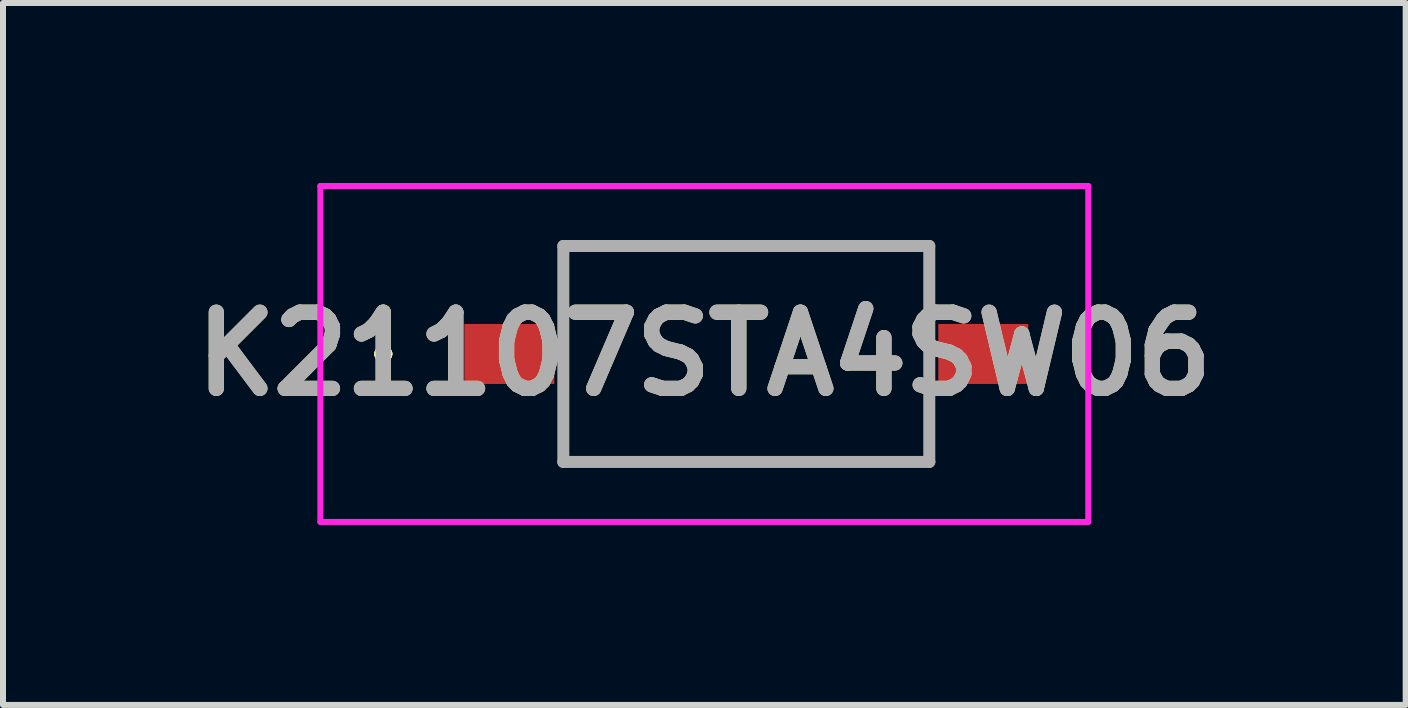
<source format=kicad_pcb>
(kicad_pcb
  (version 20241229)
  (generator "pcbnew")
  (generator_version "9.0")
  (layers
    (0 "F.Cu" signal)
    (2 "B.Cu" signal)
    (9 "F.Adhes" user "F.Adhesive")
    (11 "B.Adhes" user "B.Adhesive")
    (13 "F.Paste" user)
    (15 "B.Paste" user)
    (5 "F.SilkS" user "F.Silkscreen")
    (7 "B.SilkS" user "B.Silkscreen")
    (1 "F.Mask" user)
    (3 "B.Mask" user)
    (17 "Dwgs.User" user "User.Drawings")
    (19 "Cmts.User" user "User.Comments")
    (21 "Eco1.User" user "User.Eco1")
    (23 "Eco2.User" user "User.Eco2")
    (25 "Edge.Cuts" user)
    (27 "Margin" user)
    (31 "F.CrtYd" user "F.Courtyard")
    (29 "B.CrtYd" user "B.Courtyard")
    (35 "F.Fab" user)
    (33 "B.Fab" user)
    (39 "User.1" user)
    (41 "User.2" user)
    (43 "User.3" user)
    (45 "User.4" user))
  (footprint "K21107STA4SW06"
    (layer "F.Cu")
    (at 9.39 2.85)
    (property "Reference" "K21107STA4SW06" (at -0.7 0 0) (layer "F.SilkS") (effects (font (size 1.27 1.27) (thickness 0.254))))
    (attr smd)
    (fp_line (start -6.1 0) (end -6.1 0) (stroke (width 0.2) (type solid)) (layer "F.SilkS"))
    (fp_line (start -6.1 0) (end -6.1 0) (stroke (width 0.2) (type solid)) (layer "F.SilkS"))
    (fp_line (start -6 0) (end -6 0) (stroke (width 0.2) (type solid)) (layer "F.SilkS"))
    (fp_line (start -3.05 -1.8) (end -3.05 -1.8) (stroke (width 0.1) (type solid)) (layer "F.SilkS"))
    (fp_line (start -3.05 -1.8) (end -3.05 -1.8) (stroke (width 0.1) (type solid)) (layer "F.SilkS"))
    (fp_line (start -3.05 -1.8) (end -3.05 -0.75) (stroke (width 0.1) (type solid)) (layer "F.SilkS"))
    (fp_line (start -3.05 -1.8) (end 3.05 -1.8) (stroke (width 0.1) (type solid)) (layer "F.SilkS"))
    (fp_line (start -3.05 -0.75) (end -3.05 -1.8) (stroke (width 0.1) (type solid)) (layer "F.SilkS"))
    (fp_line (start -3.05 -0.75) (end -3.05 -0.75) (stroke (width 0.1) (type solid)) (layer "F.SilkS"))
    (fp_line (start -3.05 0.75) (end -3.05 0.75) (stroke (width 0.1) (type solid)) (layer "F.SilkS"))
    (fp_line (start -3.05 0.75) (end -3.05 1.8) (stroke (width 0.1) (type solid)) (layer "F.SilkS"))
    (fp_line (start -3.05 1.8) (end -3.05 0.75) (stroke (width 0.1) (type solid)) (layer "F.SilkS"))
    (fp_line (start -3.05 1.8) (end -3.05 1.8) (stroke (width 0.1) (type solid)) (layer "F.SilkS"))
    (fp_line (start -3.05 1.8) (end 3.1 1.8) (stroke (width 0.1) (type solid)) (layer "F.SilkS"))
    (fp_line (start 3.05 -1.8) (end -3.05 -1.8) (stroke (width 0.1) (type solid)) (layer "F.SilkS"))
    (fp_line (start 3.05 -1.8) (end 3.05 -1.8) (stroke (width 0.1) (type solid)) (layer "F.SilkS"))
    (fp_line (start 3.05 -1.8) (end 3.05 -1.8) (stroke (width 0.1) (type solid)) (layer "F.SilkS"))
    (fp_line (start 3.05 -1.8) (end 3.05 -0.75) (stroke (width 0.1) (type solid)) (layer "F.SilkS"))
    (fp_line (start 3.05 -0.75) (end 3.05 -1.8) (stroke (width 0.1) (type solid)) (layer "F.SilkS"))
    (fp_line (start 3.05 -0.75) (end 3.05 -0.75) (stroke (width 0.1) (type solid)) (layer "F.SilkS"))
    (fp_line (start 3.05 0.75) (end 3.05 0.75) (stroke (width 0.1) (type solid)) (layer "F.SilkS"))
    (fp_line (start 3.05 0.75) (end 3.05 1.75) (stroke (width 0.1) (type solid)) (layer "F.SilkS"))
    (fp_line (start 3.05 1.75) (end 3.05 0.75) (stroke (width 0.1) (type solid)) (layer "F.SilkS"))
    (fp_line (start 3.05 1.75) (end 3.05 1.75) (stroke (width 0.1) (type solid)) (layer "F.SilkS"))
    (fp_arc (start -6.1 0) (mid -6.05 -0.05) (end -6 0) (stroke (width 0.2) (type solid)) (layer "F.SilkS"))
    (fp_arc (start -6 0) (mid -6.05 0.05) (end -6.1 0) (stroke (width 0.2) (type solid)) (layer "F.SilkS"))
    (fp_arc (start -6 0) (mid -6.05 0.05) (end -6.1 0) (stroke (width 0.2) (type solid)) (layer "F.SilkS"))
    (fp_line (start -7.1 -2.8) (end 5.7 -2.8) (stroke (width 0.1) (type solid)) (layer "F.CrtYd"))
    (fp_line (start -7.1 2.8) (end -7.1 -2.8) (stroke (width 0.1) (type solid)) (layer "F.CrtYd"))
    (fp_line (start 5.7 -2.8) (end 5.7 2.8) (stroke (width 0.1) (type solid)) (layer "F.CrtYd"))
    (fp_line (start 5.7 2.8) (end -7.1 2.8) (stroke (width 0.1) (type solid)) (layer "F.CrtYd"))
    (fp_line (start -3.05 -1.8) (end -3.05 1.8) (stroke (width 0.2) (type solid)) (layer "F.Fab"))
    (fp_line (start -3.05 1.8) (end 3.05 1.8) (stroke (width 0.2) (type solid)) (layer "F.Fab"))
    (fp_line (start 3.05 -1.8) (end -3.05 -1.8) (stroke (width 0.2) (type solid)) (layer "F.Fab"))
    (fp_line (start 3.05 1.8) (end 3.05 -1.8) (stroke (width 0.2) (type solid)) (layer "F.Fab"))
    (fp_text user "${REFERENCE}" (at -0.7 0 0) (layer "F.Fab") (effects (font (size 1.27 1.27) (thickness 0.254))))
    (pad "1" smd rect (at -3.95 0 90) (size 1 1.5) (layers "F.Cu" "F.Mask" "F.Paste"))
    (pad "2" smd rect (at 3.95 0 90) (size 1 1.5) (layers "F.Cu" "F.Mask" "F.Paste")))
  (gr_rect
    (start -3 -3)
    (end 20.381 8.7)
    (stroke (width 0.1) (type default))
    (fill no)
    (layer "Edge.Cuts")))
</source>
